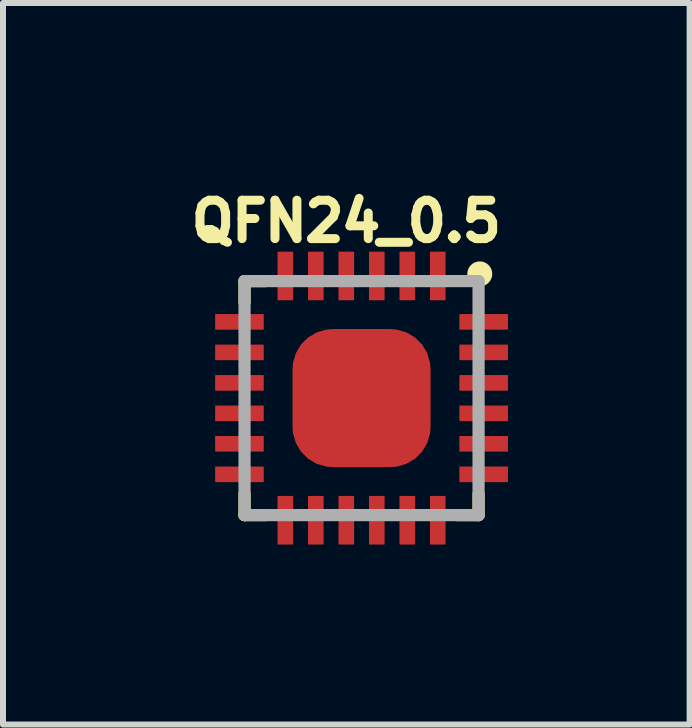
<source format=kicad_pcb>
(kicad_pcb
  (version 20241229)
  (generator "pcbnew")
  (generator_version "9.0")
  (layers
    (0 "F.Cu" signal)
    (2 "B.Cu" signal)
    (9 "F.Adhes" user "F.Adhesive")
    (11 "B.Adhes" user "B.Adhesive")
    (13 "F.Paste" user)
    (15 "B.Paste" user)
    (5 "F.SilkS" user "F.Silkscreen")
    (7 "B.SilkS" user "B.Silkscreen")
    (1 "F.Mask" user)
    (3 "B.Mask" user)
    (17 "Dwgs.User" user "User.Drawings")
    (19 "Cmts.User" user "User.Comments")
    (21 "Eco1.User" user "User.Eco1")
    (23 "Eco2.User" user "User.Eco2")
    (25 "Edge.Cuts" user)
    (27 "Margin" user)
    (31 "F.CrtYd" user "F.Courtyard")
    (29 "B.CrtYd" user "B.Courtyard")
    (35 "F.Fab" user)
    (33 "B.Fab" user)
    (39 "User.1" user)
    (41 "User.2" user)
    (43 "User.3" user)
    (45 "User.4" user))
  (footprint "QFN24_0.5"
    (layer "F.Cu")
    (at 2.975 3.584)
    (property "Reference" "QFN24_0.5" (at -0.254 -2.946 0) (layer "F.SilkS") (effects (font (size 0.64 0.64) (thickness 0.15))))
    (attr smd)
    (fp_line (start -1.95 -1.95) (end -1.6 -1.95) (stroke (width 0.203) (type solid)) (layer "F.SilkS"))
    (fp_line (start -1.95 -1.6) (end -1.95 -1.95) (stroke (width 0.203) (type solid)) (layer "F.SilkS"))
    (fp_line (start -1.95 1.95) (end -1.95 1.6) (stroke (width 0.203) (type solid)) (layer "F.SilkS"))
    (fp_line (start -1.6 1.95) (end -1.95 1.95) (stroke (width 0.203) (type solid)) (layer "F.SilkS"))
    (fp_line (start 1.95 1.6) (end 1.95 1.95) (stroke (width 0.203) (type solid)) (layer "F.SilkS"))
    (fp_line (start 1.95 1.95) (end 1.6 1.95) (stroke (width 0.203) (type solid)) (layer "F.SilkS"))
    (fp_circle (center 1.97 -2.07) (end 2.178 -2.07) (stroke (width 0) (type solid)) (fill yes) (layer "F.SilkS"))
    (fp_poly (pts (xy -2.23 -1.4) (xy -1.66 -1.4) (xy -1.66 -1.14) (xy -2.23 -1.14)) (stroke (width 0.01) (type solid)) (fill yes) (layer "F.Paste"))
    (fp_poly (pts (xy -2.23 -0.892) (xy -1.66 -0.892) (xy -1.66 -0.632) (xy -2.23 -0.632)) (stroke (width 0.01) (type solid)) (fill yes) (layer "F.Paste"))
    (fp_poly (pts (xy -2.23 -0.384) (xy -1.66 -0.384) (xy -1.66 -0.124) (xy -2.23 -0.124)) (stroke (width 0.01) (type solid)) (fill yes) (layer "F.Paste"))
    (fp_poly (pts (xy -2.23 0.124) (xy -1.66 0.124) (xy -1.66 0.384) (xy -2.23 0.384)) (stroke (width 0.01) (type solid)) (fill yes) (layer "F.Paste"))
    (fp_poly (pts (xy -2.23 0.632) (xy -1.66 0.632) (xy -1.66 0.892) (xy -2.23 0.892)) (stroke (width 0.01) (type solid)) (fill yes) (layer "F.Paste"))
    (fp_poly (pts (xy -2.23 1.14) (xy -1.66 1.14) (xy -1.66 1.4) (xy -2.23 1.4)) (stroke (width 0.01) (type solid)) (fill yes) (layer "F.Paste"))
    (fp_poly (pts (xy -1.4 -2.23) (xy -1.14 -2.23) (xy -1.14 -1.66) (xy -1.4 -1.66)) (stroke (width 0.01) (type solid)) (fill yes) (layer "F.Paste"))
    (fp_poly (pts (xy -1.4 1.66) (xy -1.14 1.66) (xy -1.14 2.23) (xy -1.4 2.23)) (stroke (width 0.01) (type solid)) (fill yes) (layer "F.Paste"))
    (fp_poly (pts (xy -0.892 -2.23) (xy -0.632 -2.23) (xy -0.632 -1.66) (xy -0.892 -1.66)) (stroke (width 0.01) (type solid)) (fill yes) (layer "F.Paste"))
    (fp_poly (pts (xy -0.892 1.66) (xy -0.632 1.66) (xy -0.632 2.23) (xy -0.892 2.23)) (stroke (width 0.01) (type solid)) (fill yes) (layer "F.Paste"))
    (fp_poly (pts (xy -0.384 -2.23) (xy -0.124 -2.23) (xy -0.124 -1.66) (xy -0.384 -1.66)) (stroke (width 0.01) (type solid)) (fill yes) (layer "F.Paste"))
    (fp_poly (pts (xy -0.384 1.66) (xy -0.124 1.66) (xy -0.124 2.23) (xy -0.384 2.23)) (stroke (width 0.01) (type solid)) (fill yes) (layer "F.Paste"))
    (fp_poly (pts (xy -0.381 -0.381) (xy 0.381 -0.381) (xy 0.381 0.381) (xy -0.381 0.381)) (stroke (width 0.01) (type solid)) (fill yes) (layer "F.Paste"))
    (fp_poly (pts (xy 0.124 -2.23) (xy 0.384 -2.23) (xy 0.384 -1.66) (xy 0.124 -1.66)) (stroke (width 0.01) (type solid)) (fill yes) (layer "F.Paste"))
    (fp_poly (pts (xy 0.124 1.66) (xy 0.384 1.66) (xy 0.384 2.23) (xy 0.124 2.23)) (stroke (width 0.01) (type solid)) (fill yes) (layer "F.Paste"))
    (fp_poly (pts (xy 0.632 -2.23) (xy 0.892 -2.23) (xy 0.892 -1.66) (xy 0.632 -1.66)) (stroke (width 0.01) (type solid)) (fill yes) (layer "F.Paste"))
    (fp_poly (pts (xy 0.632 1.66) (xy 0.892 1.66) (xy 0.892 2.23) (xy 0.632 2.23)) (stroke (width 0.01) (type solid)) (fill yes) (layer "F.Paste"))
    (fp_poly (pts (xy 1.14 -2.23) (xy 1.4 -2.23) (xy 1.4 -1.66) (xy 1.14 -1.66)) (stroke (width 0.01) (type solid)) (fill yes) (layer "F.Paste"))
    (fp_poly (pts (xy 1.14 1.66) (xy 1.4 1.66) (xy 1.4 2.23) (xy 1.14 2.23)) (stroke (width 0.01) (type solid)) (fill yes) (layer "F.Paste"))
    (fp_poly (pts (xy 1.66 -1.4) (xy 2.23 -1.4) (xy 2.23 -1.14) (xy 1.66 -1.14)) (stroke (width 0.01) (type solid)) (fill yes) (layer "F.Paste"))
    (fp_poly (pts (xy 1.66 -0.892) (xy 2.23 -0.892) (xy 2.23 -0.632) (xy 1.66 -0.632)) (stroke (width 0.01) (type solid)) (fill yes) (layer "F.Paste"))
    (fp_poly (pts (xy 1.66 -0.384) (xy 2.23 -0.384) (xy 2.23 -0.124) (xy 1.66 -0.124)) (stroke (width 0.01) (type solid)) (fill yes) (layer "F.Paste"))
    (fp_poly (pts (xy 1.66 0.124) (xy 2.23 0.124) (xy 2.23 0.384) (xy 1.66 0.384)) (stroke (width 0.01) (type solid)) (fill yes) (layer "F.Paste"))
    (fp_poly (pts (xy 1.66 0.632) (xy 2.23 0.632) (xy 2.23 0.892) (xy 1.66 0.892)) (stroke (width 0.01) (type solid)) (fill yes) (layer "F.Paste"))
    (fp_poly (pts (xy 1.66 1.14) (xy 2.23 1.14) (xy 2.23 1.4) (xy 1.66 1.4)) (stroke (width 0.01) (type solid)) (fill yes) (layer "F.Paste"))
    (fp_line (start -1.95 -1.95) (end 1.95 -1.95) (stroke (width 0.203) (type solid)) (layer "F.Fab"))
    (fp_line (start -1.95 1.95) (end -1.95 -1.95) (stroke (width 0.203) (type solid)) (layer "F.Fab"))
    (fp_line (start 1.95 -1.95) (end 1.95 1.95) (stroke (width 0.203) (type solid)) (layer "F.Fab"))
    (fp_line (start 1.95 1.95) (end -1.95 1.95) (stroke (width 0.203) (type solid)) (layer "F.Fab"))
    (pad "1" smd roundrect (at 1.27 -2.035 270) (size 0.81 0.26) (layers "F.Cu" "F.Mask") (roundrect_rratio 0.03))
    (pad "2" smd roundrect (at 0.762 -2.035 270) (size 0.81 0.26) (layers "F.Cu" "F.Mask") (roundrect_rratio 0.03))
    (pad "3" smd roundrect (at 0.254 -2.035 270) (size 0.81 0.26) (layers "F.Cu" "F.Mask") (roundrect_rratio 0.03))
    (pad "4" smd roundrect (at -0.254 -2.035 270) (size 0.81 0.26) (layers "F.Cu" "F.Mask") (roundrect_rratio 0.03))
    (pad "5" smd roundrect (at -0.762 -2.035 270) (size 0.81 0.26) (layers "F.Cu" "F.Mask") (roundrect_rratio 0.03))
    (pad "6" smd roundrect (at -1.27 -2.035 270) (size 0.81 0.26) (layers "F.Cu" "F.Mask") (roundrect_rratio 0.03))
    (pad "7" smd roundrect (at -2.035 -1.27) (size 0.81 0.26) (layers "F.Cu" "F.Mask") (roundrect_rratio 0.03))
    (pad "8" smd roundrect (at -2.035 -0.762) (size 0.81 0.26) (layers "F.Cu" "F.Mask") (roundrect_rratio 0.03))
    (pad "9" smd roundrect (at -2.035 -0.254) (size 0.81 0.26) (layers "F.Cu" "F.Mask") (roundrect_rratio 0.03))
    (pad "10" smd roundrect (at -2.035 0.254) (size 0.81 0.26) (layers "F.Cu" "F.Mask") (roundrect_rratio 0.03))
    (pad "11" smd roundrect (at -2.035 0.762) (size 0.81 0.26) (layers "F.Cu" "F.Mask") (roundrect_rratio 0.03))
    (pad "12" smd roundrect (at -2.035 1.27) (size 0.81 0.26) (layers "F.Cu" "F.Mask") (roundrect_rratio 0.03))
    (pad "13" smd roundrect (at -1.27 2.035 90) (size 0.81 0.26) (layers "F.Cu" "F.Mask") (roundrect_rratio 0.03))
    (pad "14" smd roundrect (at -0.762 2.035 90) (size 0.81 0.26) (layers "F.Cu" "F.Mask") (roundrect_rratio 0.03))
    (pad "15" smd roundrect (at -0.254 2.035 90) (size 0.81 0.26) (layers "F.Cu" "F.Mask") (roundrect_rratio 0.03))
    (pad "16" smd roundrect (at 0.254 2.035 90) (size 0.81 0.26) (layers "F.Cu" "F.Mask") (roundrect_rratio 0.03))
    (pad "17" smd roundrect (at 0.762 2.035 90) (size 0.81 0.26) (layers "F.Cu" "F.Mask") (roundrect_rratio 0.03))
    (pad "18" smd roundrect (at 1.27 2.035 90) (size 0.81 0.26) (layers "F.Cu" "F.Mask") (roundrect_rratio 0.03))
    (pad "19" smd roundrect (at 2.035 1.27 180) (size 0.81 0.26) (layers "F.Cu" "F.Mask") (roundrect_rratio 0.03))
    (pad "20" smd roundrect (at 2.035 0.762 180) (size 0.81 0.26) (layers "F.Cu" "F.Mask") (roundrect_rratio 0.03))
    (pad "21" smd roundrect (at 2.035 0.254 180) (size 0.81 0.26) (layers "F.Cu" "F.Mask") (roundrect_rratio 0.03))
    (pad "22" smd roundrect (at 2.035 -0.254 180) (size 0.81 0.26) (layers "F.Cu" "F.Mask") (roundrect_rratio 0.03))
    (pad "23" smd roundrect (at 2.035 -0.762 180) (size 0.81 0.26) (layers "F.Cu" "F.Mask") (roundrect_rratio 0.03))
    (pad "24" smd roundrect (at 2.035 -1.27 180) (size 0.81 0.26) (layers "F.Cu" "F.Mask") (roundrect_rratio 0.03))
    (pad "EXP" smd roundrect (at 0 0 270) (size 2.3 2.3) (layers "F.Cu" "F.Mask") (roundrect_rratio 0.29)))
  (gr_rect
    (start -3 -3)
    (end 8.442 9.024)
    (stroke (width 0.1) (type default))
    (fill no)
    (layer "Edge.Cuts")))
</source>
